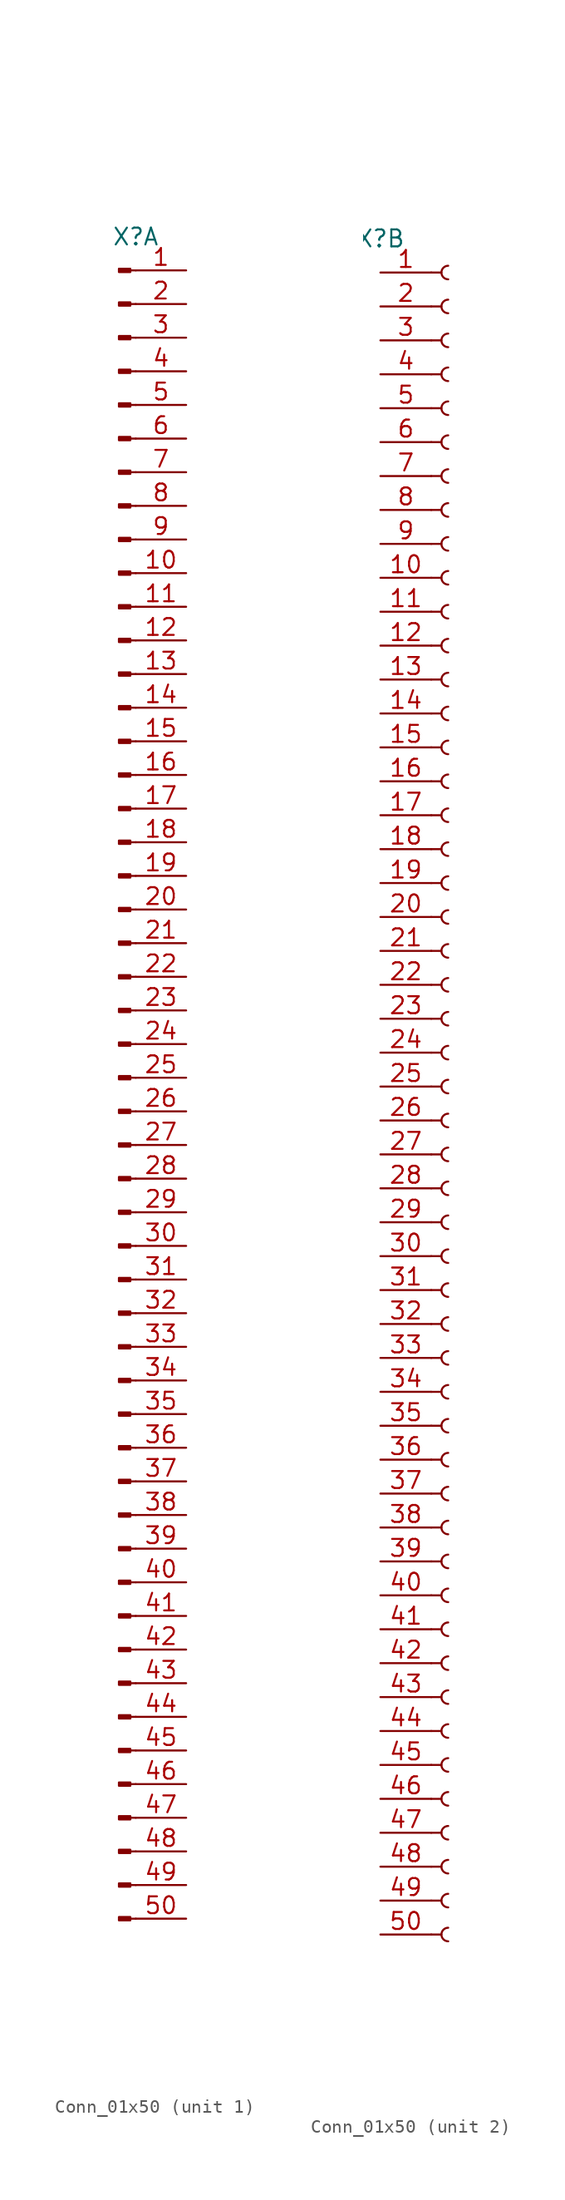
<source format=kicad_sym>
(kicad_symbol_lib
  (version 20241209)
  (generator "kicad_symbol_editor")
  (generator_version "9.0")
  (symbol "Conn_01x50"
    (pin_names
      (offset 1.016)
      (hide yes))
    (property "Reference" "X"
      (at 0 63.5 0)
      (effects (font (size 1.27 1.27))))
    (property "ki_locked" ""
      (at 0 0 0)
      (effects (font (size 1.27 1.27))))
    (symbol "Conn_01x50_1_1"
      (rectangle (start -0.406 61.087) (end -1.27 60.833) (stroke (width 0.152) (type default)) (fill (type outline)))
      (rectangle (start -0.406 58.547) (end -1.27 58.293) (stroke (width 0.152) (type default)) (fill (type outline)))
      (rectangle (start -0.406 56.007) (end -1.27 55.753) (stroke (width 0.152) (type default)) (fill (type outline)))
      (rectangle (start -0.406 53.467) (end -1.27 53.213) (stroke (width 0.152) (type default)) (fill (type outline)))
      (rectangle (start -0.406 50.927) (end -1.27 50.673) (stroke (width 0.152) (type default)) (fill (type outline)))
      (rectangle (start -0.406 48.387) (end -1.27 48.133) (stroke (width 0.152) (type default)) (fill (type outline)))
      (rectangle (start -0.406 45.847) (end -1.27 45.593) (stroke (width 0.152) (type default)) (fill (type outline)))
      (rectangle (start -0.406 43.307) (end -1.27 43.053) (stroke (width 0.152) (type default)) (fill (type outline)))
      (rectangle (start -0.406 40.767) (end -1.27 40.513) (stroke (width 0.152) (type default)) (fill (type outline)))
      (rectangle (start -0.406 38.227) (end -1.27 37.973) (stroke (width 0.152) (type default)) (fill (type outline)))
      (rectangle (start -0.406 35.687) (end -1.27 35.433) (stroke (width 0.152) (type default)) (fill (type outline)))
      (rectangle (start -0.406 33.147) (end -1.27 32.893) (stroke (width 0.152) (type default)) (fill (type outline)))
      (rectangle (start -0.406 30.607) (end -1.27 30.353) (stroke (width 0.152) (type default)) (fill (type outline)))
      (rectangle (start -0.406 28.067) (end -1.27 27.813) (stroke (width 0.152) (type default)) (fill (type outline)))
      (rectangle (start -0.406 25.527) (end -1.27 25.273) (stroke (width 0.152) (type default)) (fill (type outline)))
      (rectangle (start -0.406 22.987) (end -1.27 22.733) (stroke (width 0.152) (type default)) (fill (type outline)))
      (rectangle (start -0.406 20.447) (end -1.27 20.193) (stroke (width 0.152) (type default)) (fill (type outline)))
      (rectangle (start -0.406 17.907) (end -1.27 17.653) (stroke (width 0.152) (type default)) (fill (type outline)))
      (rectangle (start -0.406 15.367) (end -1.27 15.113) (stroke (width 0.152) (type default)) (fill (type outline)))
      (rectangle (start -0.406 12.827) (end -1.27 12.573) (stroke (width 0.152) (type default)) (fill (type outline)))
      (rectangle (start -0.406 10.287) (end -1.27 10.033) (stroke (width 0.152) (type default)) (fill (type outline)))
      (rectangle (start -0.406 7.747) (end -1.27 7.493) (stroke (width 0.152) (type default)) (fill (type outline)))
      (rectangle (start -0.406 5.207) (end -1.27 4.953) (stroke (width 0.152) (type default)) (fill (type outline)))
      (rectangle (start -0.406 2.667) (end -1.27 2.413) (stroke (width 0.152) (type default)) (fill (type outline)))
      (rectangle (start -0.406 0.127) (end -1.27 -0.127) (stroke (width 0.152) (type default)) (fill (type outline)))
      (rectangle (start -0.406 -2.413) (end -1.27 -2.667) (stroke (width 0.152) (type default)) (fill (type outline)))
      (rectangle (start -0.406 -4.953) (end -1.27 -5.207) (stroke (width 0.152) (type default)) (fill (type outline)))
      (rectangle (start -0.406 -7.493) (end -1.27 -7.747) (stroke (width 0.152) (type default)) (fill (type outline)))
      (rectangle (start -0.406 -10.033) (end -1.27 -10.287) (stroke (width 0.152) (type default)) (fill (type outline)))
      (rectangle (start -0.406 -12.573) (end -1.27 -12.827) (stroke (width 0.152) (type default)) (fill (type outline)))
      (rectangle (start -0.406 -15.113) (end -1.27 -15.367) (stroke (width 0.152) (type default)) (fill (type outline)))
      (rectangle (start -0.406 -17.653) (end -1.27 -17.907) (stroke (width 0.152) (type default)) (fill (type outline)))
      (rectangle (start -0.406 -20.193) (end -1.27 -20.447) (stroke (width 0.152) (type default)) (fill (type outline)))
      (rectangle (start -0.406 -22.733) (end -1.27 -22.987) (stroke (width 0.152) (type default)) (fill (type outline)))
      (rectangle (start -0.406 -25.273) (end -1.27 -25.527) (stroke (width 0.152) (type default)) (fill (type outline)))
      (rectangle (start -0.406 -27.813) (end -1.27 -28.067) (stroke (width 0.152) (type default)) (fill (type outline)))
      (rectangle (start -0.406 -30.353) (end -1.27 -30.607) (stroke (width 0.152) (type default)) (fill (type outline)))
      (rectangle (start -0.406 -32.893) (end -1.27 -33.147) (stroke (width 0.152) (type default)) (fill (type outline)))
      (rectangle (start -0.406 -35.433) (end -1.27 -35.687) (stroke (width 0.152) (type default)) (fill (type outline)))
      (rectangle (start -0.406 -37.973) (end -1.27 -38.227) (stroke (width 0.152) (type default)) (fill (type outline)))
      (rectangle (start -0.406 -40.513) (end -1.27 -40.767) (stroke (width 0.152) (type default)) (fill (type outline)))
      (rectangle (start -0.406 -43.053) (end -1.27 -43.307) (stroke (width 0.152) (type default)) (fill (type outline)))
      (rectangle (start -0.406 -45.593) (end -1.27 -45.847) (stroke (width 0.152) (type default)) (fill (type outline)))
      (rectangle (start -0.406 -48.133) (end -1.27 -48.387) (stroke (width 0.152) (type default)) (fill (type outline)))
      (rectangle (start -0.406 -50.673) (end -1.27 -50.927) (stroke (width 0.152) (type default)) (fill (type outline)))
      (rectangle (start -0.406 -53.213) (end -1.27 -53.467) (stroke (width 0.152) (type default)) (fill (type outline)))
      (rectangle (start -0.406 -55.753) (end -1.27 -56.007) (stroke (width 0.152) (type default)) (fill (type outline)))
      (rectangle (start -0.406 -58.293) (end -1.27 -58.547) (stroke (width 0.152) (type default)) (fill (type outline)))
      (rectangle (start -0.406 -60.833) (end -1.27 -61.087) (stroke (width 0.152) (type default)) (fill (type outline)))
      (rectangle (start -0.406 -63.373) (end -1.27 -63.627) (stroke (width 0.152) (type default)) (fill (type outline)))
      (polyline (pts (xy 0 60.96) (xy -0.406 60.96)) (stroke (width 0.152) (type default)) (fill (type none)))
      (polyline (pts (xy 0 58.42) (xy -0.406 58.42)) (stroke (width 0.152) (type default)) (fill (type none)))
      (polyline (pts (xy 0 55.88) (xy -0.406 55.88)) (stroke (width 0.152) (type default)) (fill (type none)))
      (polyline (pts (xy 0 53.34) (xy -0.406 53.34)) (stroke (width 0.152) (type default)) (fill (type none)))
      (polyline (pts (xy 0 50.8) (xy -0.406 50.8)) (stroke (width 0.152) (type default)) (fill (type none)))
      (polyline (pts (xy 0 48.26) (xy -0.406 48.26)) (stroke (width 0.152) (type default)) (fill (type none)))
      (polyline (pts (xy 0 45.72) (xy -0.406 45.72)) (stroke (width 0.152) (type default)) (fill (type none)))
      (polyline (pts (xy 0 43.18) (xy -0.406 43.18)) (stroke (width 0.152) (type default)) (fill (type none)))
      (polyline (pts (xy 0 40.64) (xy -0.406 40.64)) (stroke (width 0.152) (type default)) (fill (type none)))
      (polyline (pts (xy 0 38.1) (xy -0.406 38.1)) (stroke (width 0.152) (type default)) (fill (type none)))
      (polyline (pts (xy 0 35.56) (xy -0.406 35.56)) (stroke (width 0.152) (type default)) (fill (type none)))
      (polyline (pts (xy 0 33.02) (xy -0.406 33.02)) (stroke (width 0.152) (type default)) (fill (type none)))
      (polyline (pts (xy 0 30.48) (xy -0.406 30.48)) (stroke (width 0.152) (type default)) (fill (type none)))
      (polyline (pts (xy 0 27.94) (xy -0.406 27.94)) (stroke (width 0.152) (type default)) (fill (type none)))
      (polyline (pts (xy 0 25.4) (xy -0.406 25.4)) (stroke (width 0.152) (type default)) (fill (type none)))
      (polyline (pts (xy 0 22.86) (xy -0.406 22.86)) (stroke (width 0.152) (type default)) (fill (type none)))
      (polyline (pts (xy 0 20.32) (xy -0.406 20.32)) (stroke (width 0.152) (type default)) (fill (type none)))
      (polyline (pts (xy 0 17.78) (xy -0.406 17.78)) (stroke (width 0.152) (type default)) (fill (type none)))
      (polyline (pts (xy 0 15.24) (xy -0.406 15.24)) (stroke (width 0.152) (type default)) (fill (type none)))
      (polyline (pts (xy 0 12.7) (xy -0.406 12.7)) (stroke (width 0.152) (type default)) (fill (type none)))
      (polyline (pts (xy 0 10.16) (xy -0.406 10.16)) (stroke (width 0.152) (type default)) (fill (type none)))
      (polyline (pts (xy 0 7.62) (xy -0.406 7.62)) (stroke (width 0.152) (type default)) (fill (type none)))
      (polyline (pts (xy 0 5.08) (xy -0.406 5.08)) (stroke (width 0.152) (type default)) (fill (type none)))
      (polyline (pts (xy 0 2.54) (xy -0.406 2.54)) (stroke (width 0.152) (type default)) (fill (type none)))
      (polyline (pts (xy 0 0) (xy -0.406 0)) (stroke (width 0.152) (type default)) (fill (type none)))
      (polyline (pts (xy 0 -2.54) (xy -0.406 -2.54)) (stroke (width 0.152) (type default)) (fill (type none)))
      (polyline (pts (xy 0 -5.08) (xy -0.406 -5.08)) (stroke (width 0.152) (type default)) (fill (type none)))
      (polyline (pts (xy 0 -7.62) (xy -0.406 -7.62)) (stroke (width 0.152) (type default)) (fill (type none)))
      (polyline (pts (xy 0 -10.16) (xy -0.406 -10.16)) (stroke (width 0.152) (type default)) (fill (type none)))
      (polyline (pts (xy 0 -12.7) (xy -0.406 -12.7)) (stroke (width 0.152) (type default)) (fill (type none)))
      (polyline (pts (xy 0 -15.24) (xy -0.406 -15.24)) (stroke (width 0.152) (type default)) (fill (type none)))
      (polyline (pts (xy 0 -17.78) (xy -0.406 -17.78)) (stroke (width 0.152) (type default)) (fill (type none)))
      (polyline (pts (xy 0 -20.32) (xy -0.406 -20.32)) (stroke (width 0.152) (type default)) (fill (type none)))
      (polyline (pts (xy 0 -22.86) (xy -0.406 -22.86)) (stroke (width 0.152) (type default)) (fill (type none)))
      (polyline (pts (xy 0 -25.4) (xy -0.406 -25.4)) (stroke (width 0.152) (type default)) (fill (type none)))
      (polyline (pts (xy 0 -27.94) (xy -0.406 -27.94)) (stroke (width 0.152) (type default)) (fill (type none)))
      (polyline (pts (xy 0 -30.48) (xy -0.406 -30.48)) (stroke (width 0.152) (type default)) (fill (type none)))
      (polyline (pts (xy 0 -33.02) (xy -0.406 -33.02)) (stroke (width 0.152) (type default)) (fill (type none)))
      (polyline (pts (xy 0 -35.56) (xy -0.406 -35.56)) (stroke (width 0.152) (type default)) (fill (type none)))
      (polyline (pts (xy 0 -38.1) (xy -0.406 -38.1)) (stroke (width 0.152) (type default)) (fill (type none)))
      (polyline (pts (xy 0 -40.64) (xy -0.406 -40.64)) (stroke (width 0.152) (type default)) (fill (type none)))
      (polyline (pts (xy 0 -43.18) (xy -0.406 -43.18)) (stroke (width 0.152) (type default)) (fill (type none)))
      (polyline (pts (xy 0 -45.72) (xy -0.406 -45.72)) (stroke (width 0.152) (type default)) (fill (type none)))
      (polyline (pts (xy 0 -48.26) (xy -0.406 -48.26)) (stroke (width 0.152) (type default)) (fill (type none)))
      (polyline (pts (xy 0 -50.8) (xy -0.406 -50.8)) (stroke (width 0.152) (type default)) (fill (type none)))
      (polyline (pts (xy 0 -53.34) (xy -0.406 -53.34)) (stroke (width 0.152) (type default)) (fill (type none)))
      (polyline (pts (xy 0 -55.88) (xy -0.406 -55.88)) (stroke (width 0.152) (type default)) (fill (type none)))
      (polyline (pts (xy 0 -58.42) (xy -0.406 -58.42)) (stroke (width 0.152) (type default)) (fill (type none)))
      (polyline (pts (xy 0 -60.96) (xy -0.406 -60.96)) (stroke (width 0.152) (type default)) (fill (type none)))
      (polyline (pts (xy 0 -63.5) (xy -0.406 -63.5)) (stroke (width 0.152) (type default)) (fill (type none)))
      (pin passive line (at 3.81 60.96 180) (length 3.81) (name "Pin_1" (effects (font (size 1.27 1.27)))) (number "1" (effects (font (size 1.27 1.27)))))
      (pin passive line (at 3.81 58.42 180) (length 3.81) (name "Pin_2" (effects (font (size 1.27 1.27)))) (number "2" (effects (font (size 1.27 1.27)))))
      (pin passive line (at 3.81 55.88 180) (length 3.81) (name "Pin_3" (effects (font (size 1.27 1.27)))) (number "3" (effects (font (size 1.27 1.27)))))
      (pin passive line (at 3.81 53.34 180) (length 3.81) (name "Pin_4" (effects (font (size 1.27 1.27)))) (number "4" (effects (font (size 1.27 1.27)))))
      (pin passive line (at 3.81 50.8 180) (length 3.81) (name "Pin_5" (effects (font (size 1.27 1.27)))) (number "5" (effects (font (size 1.27 1.27)))))
      (pin passive line (at 3.81 48.26 180) (length 3.81) (name "Pin_6" (effects (font (size 1.27 1.27)))) (number "6" (effects (font (size 1.27 1.27)))))
      (pin passive line (at 3.81 45.72 180) (length 3.81) (name "Pin_7" (effects (font (size 1.27 1.27)))) (number "7" (effects (font (size 1.27 1.27)))))
      (pin passive line (at 3.81 43.18 180) (length 3.81) (name "Pin_8" (effects (font (size 1.27 1.27)))) (number "8" (effects (font (size 1.27 1.27)))))
      (pin passive line (at 3.81 40.64 180) (length 3.81) (name "Pin_9" (effects (font (size 1.27 1.27)))) (number "9" (effects (font (size 1.27 1.27)))))
      (pin passive line (at 3.81 38.1 180) (length 3.81) (name "Pin_10" (effects (font (size 1.27 1.27)))) (number "10" (effects (font (size 1.27 1.27)))))
      (pin passive line (at 3.81 35.56 180) (length 3.81) (name "Pin_11" (effects (font (size 1.27 1.27)))) (number "11" (effects (font (size 1.27 1.27)))))
      (pin passive line (at 3.81 33.02 180) (length 3.81) (name "Pin_12" (effects (font (size 1.27 1.27)))) (number "12" (effects (font (size 1.27 1.27)))))
      (pin passive line (at 3.81 30.48 180) (length 3.81) (name "Pin_13" (effects (font (size 1.27 1.27)))) (number "13" (effects (font (size 1.27 1.27)))))
      (pin passive line (at 3.81 27.94 180) (length 3.81) (name "Pin_14" (effects (font (size 1.27 1.27)))) (number "14" (effects (font (size 1.27 1.27)))))
      (pin passive line (at 3.81 25.4 180) (length 3.81) (name "Pin_15" (effects (font (size 1.27 1.27)))) (number "15" (effects (font (size 1.27 1.27)))))
      (pin passive line (at 3.81 22.86 180) (length 3.81) (name "Pin_16" (effects (font (size 1.27 1.27)))) (number "16" (effects (font (size 1.27 1.27)))))
      (pin passive line (at 3.81 20.32 180) (length 3.81) (name "Pin_17" (effects (font (size 1.27 1.27)))) (number "17" (effects (font (size 1.27 1.27)))))
      (pin passive line (at 3.81 17.78 180) (length 3.81) (name "Pin_18" (effects (font (size 1.27 1.27)))) (number "18" (effects (font (size 1.27 1.27)))))
      (pin passive line (at 3.81 15.24 180) (length 3.81) (name "Pin_19" (effects (font (size 1.27 1.27)))) (number "19" (effects (font (size 1.27 1.27)))))
      (pin passive line (at 3.81 12.7 180) (length 3.81) (name "Pin_20" (effects (font (size 1.27 1.27)))) (number "20" (effects (font (size 1.27 1.27)))))
      (pin passive line (at 3.81 10.16 180) (length 3.81) (name "Pin_21" (effects (font (size 1.27 1.27)))) (number "21" (effects (font (size 1.27 1.27)))))
      (pin passive line (at 3.81 7.62 180) (length 3.81) (name "Pin_22" (effects (font (size 1.27 1.27)))) (number "22" (effects (font (size 1.27 1.27)))))
      (pin passive line (at 3.81 5.08 180) (length 3.81) (name "Pin_23" (effects (font (size 1.27 1.27)))) (number "23" (effects (font (size 1.27 1.27)))))
      (pin passive line (at 3.81 2.54 180) (length 3.81) (name "Pin_24" (effects (font (size 1.27 1.27)))) (number "24" (effects (font (size 1.27 1.27)))))
      (pin passive line (at 3.81 0 180) (length 3.81) (name "Pin_25" (effects (font (size 1.27 1.27)))) (number "25" (effects (font (size 1.27 1.27)))))
      (pin passive line (at 3.81 -2.54 180) (length 3.81) (name "Pin_26" (effects (font (size 1.27 1.27)))) (number "26" (effects (font (size 1.27 1.27)))))
      (pin passive line (at 3.81 -5.08 180) (length 3.81) (name "Pin_27" (effects (font (size 1.27 1.27)))) (number "27" (effects (font (size 1.27 1.27)))))
      (pin passive line (at 3.81 -7.62 180) (length 3.81) (name "Pin_28" (effects (font (size 1.27 1.27)))) (number "28" (effects (font (size 1.27 1.27)))))
      (pin passive line (at 3.81 -10.16 180) (length 3.81) (name "Pin_29" (effects (font (size 1.27 1.27)))) (number "29" (effects (font (size 1.27 1.27)))))
      (pin passive line (at 3.81 -12.7 180) (length 3.81) (name "Pin_30" (effects (font (size 1.27 1.27)))) (number "30" (effects (font (size 1.27 1.27)))))
      (pin passive line (at 3.81 -15.24 180) (length 3.81) (name "Pin_31" (effects (font (size 1.27 1.27)))) (number "31" (effects (font (size 1.27 1.27)))))
      (pin passive line (at 3.81 -17.78 180) (length 3.81) (name "Pin_32" (effects (font (size 1.27 1.27)))) (number "32" (effects (font (size 1.27 1.27)))))
      (pin passive line (at 3.81 -20.32 180) (length 3.81) (name "Pin_33" (effects (font (size 1.27 1.27)))) (number "33" (effects (font (size 1.27 1.27)))))
      (pin passive line (at 3.81 -22.86 180) (length 3.81) (name "Pin_34" (effects (font (size 1.27 1.27)))) (number "34" (effects (font (size 1.27 1.27)))))
      (pin passive line (at 3.81 -25.4 180) (length 3.81) (name "Pin_35" (effects (font (size 1.27 1.27)))) (number "35" (effects (font (size 1.27 1.27)))))
      (pin passive line (at 3.81 -27.94 180) (length 3.81) (name "Pin_36" (effects (font (size 1.27 1.27)))) (number "36" (effects (font (size 1.27 1.27)))))
      (pin passive line (at 3.81 -30.48 180) (length 3.81) (name "Pin_37" (effects (font (size 1.27 1.27)))) (number "37" (effects (font (size 1.27 1.27)))))
      (pin passive line (at 3.81 -33.02 180) (length 3.81) (name "Pin_38" (effects (font (size 1.27 1.27)))) (number "38" (effects (font (size 1.27 1.27)))))
      (pin passive line (at 3.81 -35.56 180) (length 3.81) (name "Pin_39" (effects (font (size 1.27 1.27)))) (number "39" (effects (font (size 1.27 1.27)))))
      (pin passive line (at 3.81 -38.1 180) (length 3.81) (name "Pin_40" (effects (font (size 1.27 1.27)))) (number "40" (effects (font (size 1.27 1.27)))))
      (pin passive line (at 3.81 -40.64 180) (length 3.81) (name "Pin_41" (effects (font (size 1.27 1.27)))) (number "41" (effects (font (size 1.27 1.27)))))
      (pin passive line (at 3.81 -43.18 180) (length 3.81) (name "Pin_42" (effects (font (size 1.27 1.27)))) (number "42" (effects (font (size 1.27 1.27)))))
      (pin passive line (at 3.81 -45.72 180) (length 3.81) (name "Pin_43" (effects (font (size 1.27 1.27)))) (number "43" (effects (font (size 1.27 1.27)))))
      (pin passive line (at 3.81 -48.26 180) (length 3.81) (name "Pin_44" (effects (font (size 1.27 1.27)))) (number "44" (effects (font (size 1.27 1.27)))))
      (pin passive line (at 3.81 -50.8 180) (length 3.81) (name "Pin_45" (effects (font (size 1.27 1.27)))) (number "45" (effects (font (size 1.27 1.27)))))
      (pin passive line (at 3.81 -53.34 180) (length 3.81) (name "Pin_46" (effects (font (size 1.27 1.27)))) (number "46" (effects (font (size 1.27 1.27)))))
      (pin passive line (at 3.81 -55.88 180) (length 3.81) (name "Pin_47" (effects (font (size 1.27 1.27)))) (number "47" (effects (font (size 1.27 1.27)))))
      (pin passive line (at 3.81 -58.42 180) (length 3.81) (name "Pin_48" (effects (font (size 1.27 1.27)))) (number "48" (effects (font (size 1.27 1.27)))))
      (pin passive line (at 3.81 -60.96 180) (length 3.81) (name "Pin_49" (effects (font (size 1.27 1.27)))) (number "49" (effects (font (size 1.27 1.27)))))
      (pin passive line (at 3.81 -63.5 180) (length 3.81) (name "Pin_50" (effects (font (size 1.27 1.27)))) (number "50" (effects (font (size 1.27 1.27))))))
    (symbol "Conn_01x50_2_1"
      (polyline (pts (xy 3.81 60.96) (xy 4.572 60.96)) (stroke (width 0.152) (type default)) (fill (type none)))
      (polyline (pts (xy 3.81 58.42) (xy 4.572 58.42)) (stroke (width 0.152) (type default)) (fill (type none)))
      (polyline (pts (xy 3.81 55.88) (xy 4.572 55.88)) (stroke (width 0.152) (type default)) (fill (type none)))
      (polyline (pts (xy 3.81 53.34) (xy 4.572 53.34)) (stroke (width 0.152) (type default)) (fill (type none)))
      (polyline (pts (xy 3.81 50.8) (xy 4.572 50.8)) (stroke (width 0.152) (type default)) (fill (type none)))
      (polyline (pts (xy 3.81 48.26) (xy 4.572 48.26)) (stroke (width 0.152) (type default)) (fill (type none)))
      (polyline (pts (xy 3.81 45.72) (xy 4.572 45.72)) (stroke (width 0.152) (type default)) (fill (type none)))
      (polyline (pts (xy 3.81 43.18) (xy 4.572 43.18)) (stroke (width 0.152) (type default)) (fill (type none)))
      (polyline (pts (xy 3.81 40.64) (xy 4.572 40.64)) (stroke (width 0.152) (type default)) (fill (type none)))
      (polyline (pts (xy 3.81 38.1) (xy 4.572 38.1)) (stroke (width 0.152) (type default)) (fill (type none)))
      (polyline (pts (xy 3.81 35.56) (xy 4.572 35.56)) (stroke (width 0.152) (type default)) (fill (type none)))
      (polyline (pts (xy 3.81 33.02) (xy 4.572 33.02)) (stroke (width 0.152) (type default)) (fill (type none)))
      (polyline (pts (xy 3.81 30.48) (xy 4.572 30.48)) (stroke (width 0.152) (type default)) (fill (type none)))
      (polyline (pts (xy 3.81 27.94) (xy 4.572 27.94)) (stroke (width 0.152) (type default)) (fill (type none)))
      (polyline (pts (xy 3.81 25.4) (xy 4.572 25.4)) (stroke (width 0.152) (type default)) (fill (type none)))
      (polyline (pts (xy 3.81 22.86) (xy 4.572 22.86)) (stroke (width 0.152) (type default)) (fill (type none)))
      (polyline (pts (xy 3.81 20.32) (xy 4.572 20.32)) (stroke (width 0.152) (type default)) (fill (type none)))
      (polyline (pts (xy 3.81 17.78) (xy 4.572 17.78)) (stroke (width 0.152) (type default)) (fill (type none)))
      (polyline (pts (xy 3.81 15.24) (xy 4.572 15.24)) (stroke (width 0.152) (type default)) (fill (type none)))
      (polyline (pts (xy 3.81 12.7) (xy 4.572 12.7)) (stroke (width 0.152) (type default)) (fill (type none)))
      (polyline (pts (xy 3.81 10.16) (xy 4.572 10.16)) (stroke (width 0.152) (type default)) (fill (type none)))
      (polyline (pts (xy 3.81 7.62) (xy 4.572 7.62)) (stroke (width 0.152) (type default)) (fill (type none)))
      (polyline (pts (xy 3.81 5.08) (xy 4.572 5.08)) (stroke (width 0.152) (type default)) (fill (type none)))
      (polyline (pts (xy 3.81 2.54) (xy 4.572 2.54)) (stroke (width 0.152) (type default)) (fill (type none)))
      (polyline (pts (xy 3.81 0) (xy 4.572 0)) (stroke (width 0.152) (type default)) (fill (type none)))
      (polyline (pts (xy 3.81 -2.54) (xy 4.572 -2.54)) (stroke (width 0.152) (type default)) (fill (type none)))
      (polyline (pts (xy 3.81 -5.08) (xy 4.572 -5.08)) (stroke (width 0.152) (type default)) (fill (type none)))
      (polyline (pts (xy 3.81 -7.62) (xy 4.572 -7.62)) (stroke (width 0.152) (type default)) (fill (type none)))
      (polyline (pts (xy 3.81 -10.16) (xy 4.572 -10.16)) (stroke (width 0.152) (type default)) (fill (type none)))
      (polyline (pts (xy 3.81 -12.7) (xy 4.572 -12.7)) (stroke (width 0.152) (type default)) (fill (type none)))
      (polyline (pts (xy 3.81 -15.24) (xy 4.572 -15.24)) (stroke (width 0.152) (type default)) (fill (type none)))
      (polyline (pts (xy 3.81 -17.78) (xy 4.572 -17.78)) (stroke (width 0.152) (type default)) (fill (type none)))
      (polyline (pts (xy 3.81 -20.32) (xy 4.572 -20.32)) (stroke (width 0.152) (type default)) (fill (type none)))
      (polyline (pts (xy 3.81 -22.86) (xy 4.572 -22.86)) (stroke (width 0.152) (type default)) (fill (type none)))
      (polyline (pts (xy 3.81 -25.4) (xy 4.572 -25.4)) (stroke (width 0.152) (type default)) (fill (type none)))
      (polyline (pts (xy 3.81 -27.94) (xy 4.572 -27.94)) (stroke (width 0.152) (type default)) (fill (type none)))
      (polyline (pts (xy 3.81 -30.48) (xy 4.572 -30.48)) (stroke (width 0.152) (type default)) (fill (type none)))
      (polyline (pts (xy 3.81 -33.02) (xy 4.572 -33.02)) (stroke (width 0.152) (type default)) (fill (type none)))
      (polyline (pts (xy 3.81 -35.56) (xy 4.572 -35.56)) (stroke (width 0.152) (type default)) (fill (type none)))
      (polyline (pts (xy 3.81 -38.1) (xy 4.572 -38.1)) (stroke (width 0.152) (type default)) (fill (type none)))
      (polyline (pts (xy 3.81 -40.64) (xy 4.572 -40.64)) (stroke (width 0.152) (type default)) (fill (type none)))
      (polyline (pts (xy 3.81 -43.18) (xy 4.572 -43.18)) (stroke (width 0.152) (type default)) (fill (type none)))
      (polyline (pts (xy 3.81 -45.72) (xy 4.572 -45.72)) (stroke (width 0.152) (type default)) (fill (type none)))
      (polyline (pts (xy 3.81 -48.26) (xy 4.572 -48.26)) (stroke (width 0.152) (type default)) (fill (type none)))
      (polyline (pts (xy 3.81 -50.8) (xy 4.572 -50.8)) (stroke (width 0.152) (type default)) (fill (type none)))
      (polyline (pts (xy 3.81 -53.34) (xy 4.572 -53.34)) (stroke (width 0.152) (type default)) (fill (type none)))
      (polyline (pts (xy 3.81 -55.88) (xy 4.572 -55.88)) (stroke (width 0.152) (type default)) (fill (type none)))
      (polyline (pts (xy 3.81 -58.42) (xy 4.572 -58.42)) (stroke (width 0.152) (type default)) (fill (type none)))
      (polyline (pts (xy 3.81 -60.96) (xy 4.572 -60.96)) (stroke (width 0.152) (type default)) (fill (type none)))
      (polyline (pts (xy 3.81 -63.5) (xy 4.572 -63.5)) (stroke (width 0.152) (type default)) (fill (type none)))
      (arc (start 5.08 60.452) (mid 4.5742 60.96) (end 5.08 61.468) (stroke (width 0.1524) (type default)) (fill (type none)))
      (arc (start 5.08 57.912) (mid 4.5742 58.42) (end 5.08 58.928) (stroke (width 0.1524) (type default)) (fill (type none)))
      (arc (start 5.08 55.372) (mid 4.5742 55.88) (end 5.08 56.388) (stroke (width 0.1524) (type default)) (fill (type none)))
      (arc (start 5.08 52.832) (mid 4.5742 53.34) (end 5.08 53.848) (stroke (width 0.1524) (type default)) (fill (type none)))
      (arc (start 5.08 50.292) (mid 4.5742 50.8) (end 5.08 51.308) (stroke (width 0.1524) (type default)) (fill (type none)))
      (arc (start 5.08 47.752) (mid 4.5742 48.26) (end 5.08 48.768) (stroke (width 0.1524) (type default)) (fill (type none)))
      (arc (start 5.08 45.212) (mid 4.5742 45.72) (end 5.08 46.228) (stroke (width 0.1524) (type default)) (fill (type none)))
      (arc (start 5.08 42.672) (mid 4.5742 43.18) (end 5.08 43.688) (stroke (width 0.1524) (type default)) (fill (type none)))
      (arc (start 5.08 40.132) (mid 4.5742 40.64) (end 5.08 41.148) (stroke (width 0.1524) (type default)) (fill (type none)))
      (arc (start 5.08 37.592) (mid 4.5742 38.1) (end 5.08 38.608) (stroke (width 0.1524) (type default)) (fill (type none)))
      (arc (start 5.08 35.052) (mid 4.5742 35.56) (end 5.08 36.068) (stroke (width 0.1524) (type default)) (fill (type none)))
      (arc (start 5.08 32.512) (mid 4.5742 33.02) (end 5.08 33.528) (stroke (width 0.1524) (type default)) (fill (type none)))
      (arc (start 5.08 29.972) (mid 4.5742 30.48) (end 5.08 30.988) (stroke (width 0.1524) (type default)) (fill (type none)))
      (arc (start 5.08 27.432) (mid 4.5742 27.94) (end 5.08 28.448) (stroke (width 0.1524) (type default)) (fill (type none)))
      (arc (start 5.08 24.892) (mid 4.5742 25.4) (end 5.08 25.908) (stroke (width 0.1524) (type default)) (fill (type none)))
      (arc (start 5.08 22.352) (mid 4.5742 22.86) (end 5.08 23.368) (stroke (width 0.1524) (type default)) (fill (type none)))
      (arc (start 5.08 19.812) (mid 4.5742 20.32) (end 5.08 20.828) (stroke (width 0.1524) (type default)) (fill (type none)))
      (arc (start 5.08 17.272) (mid 4.5742 17.78) (end 5.08 18.288) (stroke (width 0.1524) (type default)) (fill (type none)))
      (arc (start 5.08 14.732) (mid 4.5742 15.24) (end 5.08 15.748) (stroke (width 0.1524) (type default)) (fill (type none)))
      (arc (start 5.08 12.192) (mid 4.5742 12.7) (end 5.08 13.208) (stroke (width 0.1524) (type default)) (fill (type none)))
      (arc (start 5.08 9.652) (mid 4.5742 10.16) (end 5.08 10.668) (stroke (width 0.1524) (type default)) (fill (type none)))
      (arc (start 5.08 7.112) (mid 4.5742 7.62) (end 5.08 8.128) (stroke (width 0.1524) (type default)) (fill (type none)))
      (arc (start 5.08 4.572) (mid 4.5742 5.08) (end 5.08 5.588) (stroke (width 0.1524) (type default)) (fill (type none)))
      (arc (start 5.08 2.032) (mid 4.5742 2.54) (end 5.08 3.048) (stroke (width 0.1524) (type default)) (fill (type none)))
      (arc (start 5.08 -0.508) (mid 4.5742 0) (end 5.08 0.508) (stroke (width 0.1524) (type default)) (fill (type none)))
      (arc (start 5.08 -3.048) (mid 4.5742 -2.54) (end 5.08 -2.032) (stroke (width 0.1524) (type default)) (fill (type none)))
      (arc (start 5.08 -5.588) (mid 4.5742 -5.08) (end 5.08 -4.572) (stroke (width 0.1524) (type default)) (fill (type none)))
      (arc (start 5.08 -8.128) (mid 4.5742 -7.62) (end 5.08 -7.112) (stroke (width 0.1524) (type default)) (fill (type none)))
      (arc (start 5.08 -10.668) (mid 4.5742 -10.16) (end 5.08 -9.652) (stroke (width 0.1524) (type default)) (fill (type none)))
      (arc (start 5.08 -13.208) (mid 4.5742 -12.7) (end 5.08 -12.192) (stroke (width 0.1524) (type default)) (fill (type none)))
      (arc (start 5.08 -15.748) (mid 4.5742 -15.24) (end 5.08 -14.732) (stroke (width 0.1524) (type default)) (fill (type none)))
      (arc (start 5.08 -18.288) (mid 4.5742 -17.78) (end 5.08 -17.272) (stroke (width 0.1524) (type default)) (fill (type none)))
      (arc (start 5.08 -20.828) (mid 4.5742 -20.32) (end 5.08 -19.812) (stroke (width 0.1524) (type default)) (fill (type none)))
      (arc (start 5.08 -23.368) (mid 4.5742 -22.86) (end 5.08 -22.352) (stroke (width 0.1524) (type default)) (fill (type none)))
      (arc (start 5.08 -25.908) (mid 4.5742 -25.4) (end 5.08 -24.892) (stroke (width 0.1524) (type default)) (fill (type none)))
      (arc (start 5.08 -28.448) (mid 4.5742 -27.94) (end 5.08 -27.432) (stroke (width 0.1524) (type default)) (fill (type none)))
      (arc (start 5.08 -30.988) (mid 4.5742 -30.48) (end 5.08 -29.972) (stroke (width 0.1524) (type default)) (fill (type none)))
      (arc (start 5.08 -33.528) (mid 4.5742 -33.02) (end 5.08 -32.512) (stroke (width 0.1524) (type default)) (fill (type none)))
      (arc (start 5.08 -36.068) (mid 4.5742 -35.56) (end 5.08 -35.052) (stroke (width 0.1524) (type default)) (fill (type none)))
      (arc (start 5.08 -38.608) (mid 4.5742 -38.1) (end 5.08 -37.592) (stroke (width 0.1524) (type default)) (fill (type none)))
      (arc (start 5.08 -41.148) (mid 4.5742 -40.64) (end 5.08 -40.132) (stroke (width 0.1524) (type default)) (fill (type none)))
      (arc (start 5.08 -43.688) (mid 4.5742 -43.18) (end 5.08 -42.672) (stroke (width 0.1524) (type default)) (fill (type none)))
      (arc (start 5.08 -46.228) (mid 4.5742 -45.72) (end 5.08 -45.212) (stroke (width 0.1524) (type default)) (fill (type none)))
      (arc (start 5.08 -48.768) (mid 4.5742 -48.26) (end 5.08 -47.752) (stroke (width 0.1524) (type default)) (fill (type none)))
      (arc (start 5.08 -51.308) (mid 4.5742 -50.8) (end 5.08 -50.292) (stroke (width 0.1524) (type default)) (fill (type none)))
      (arc (start 5.08 -53.848) (mid 4.5742 -53.34) (end 5.08 -52.832) (stroke (width 0.1524) (type default)) (fill (type none)))
      (arc (start 5.08 -56.388) (mid 4.5742 -55.88) (end 5.08 -55.372) (stroke (width 0.1524) (type default)) (fill (type none)))
      (arc (start 5.08 -58.928) (mid 4.5742 -58.42) (end 5.08 -57.912) (stroke (width 0.1524) (type default)) (fill (type none)))
      (arc (start 5.08 -61.468) (mid 4.5742 -60.96) (end 5.08 -60.452) (stroke (width 0.1524) (type default)) (fill (type none)))
      (arc (start 5.08 -64.008) (mid 4.5742 -63.5) (end 5.08 -62.992) (stroke (width 0.1524) (type default)) (fill (type none)))
      (pin passive line (at 0 60.96 0) (length 3.81) (name "Pin_1" (effects (font (size 1.27 1.27)))) (number "1" (effects (font (size 1.27 1.27)))))
      (pin passive line (at 0 58.42 0) (length 3.81) (name "Pin_2" (effects (font (size 1.27 1.27)))) (number "2" (effects (font (size 1.27 1.27)))))
      (pin passive line (at 0 55.88 0) (length 3.81) (name "Pin_3" (effects (font (size 1.27 1.27)))) (number "3" (effects (font (size 1.27 1.27)))))
      (pin passive line (at 0 53.34 0) (length 3.81) (name "Pin_4" (effects (font (size 1.27 1.27)))) (number "4" (effects (font (size 1.27 1.27)))))
      (pin passive line (at 0 50.8 0) (length 3.81) (name "Pin_5" (effects (font (size 1.27 1.27)))) (number "5" (effects (font (size 1.27 1.27)))))
      (pin passive line (at 0 48.26 0) (length 3.81) (name "Pin_6" (effects (font (size 1.27 1.27)))) (number "6" (effects (font (size 1.27 1.27)))))
      (pin passive line (at 0 45.72 0) (length 3.81) (name "Pin_7" (effects (font (size 1.27 1.27)))) (number "7" (effects (font (size 1.27 1.27)))))
      (pin passive line (at 0 43.18 0) (length 3.81) (name "Pin_8" (effects (font (size 1.27 1.27)))) (number "8" (effects (font (size 1.27 1.27)))))
      (pin passive line (at 0 40.64 0) (length 3.81) (name "Pin_9" (effects (font (size 1.27 1.27)))) (number "9" (effects (font (size 1.27 1.27)))))
      (pin passive line (at 0 38.1 0) (length 3.81) (name "Pin_10" (effects (font (size 1.27 1.27)))) (number "10" (effects (font (size 1.27 1.27)))))
      (pin passive line (at 0 35.56 0) (length 3.81) (name "Pin_11" (effects (font (size 1.27 1.27)))) (number "11" (effects (font (size 1.27 1.27)))))
      (pin passive line (at 0 33.02 0) (length 3.81) (name "Pin_12" (effects (font (size 1.27 1.27)))) (number "12" (effects (font (size 1.27 1.27)))))
      (pin passive line (at 0 30.48 0) (length 3.81) (name "Pin_13" (effects (font (size 1.27 1.27)))) (number "13" (effects (font (size 1.27 1.27)))))
      (pin passive line (at 0 27.94 0) (length 3.81) (name "Pin_14" (effects (font (size 1.27 1.27)))) (number "14" (effects (font (size 1.27 1.27)))))
      (pin passive line (at 0 25.4 0) (length 3.81) (name "Pin_15" (effects (font (size 1.27 1.27)))) (number "15" (effects (font (size 1.27 1.27)))))
      (pin passive line (at 0 22.86 0) (length 3.81) (name "Pin_16" (effects (font (size 1.27 1.27)))) (number "16" (effects (font (size 1.27 1.27)))))
      (pin passive line (at 0 20.32 0) (length 3.81) (name "Pin_17" (effects (font (size 1.27 1.27)))) (number "17" (effects (font (size 1.27 1.27)))))
      (pin passive line (at 0 17.78 0) (length 3.81) (name "Pin_18" (effects (font (size 1.27 1.27)))) (number "18" (effects (font (size 1.27 1.27)))))
      (pin passive line (at 0 15.24 0) (length 3.81) (name "Pin_19" (effects (font (size 1.27 1.27)))) (number "19" (effects (font (size 1.27 1.27)))))
      (pin passive line (at 0 12.7 0) (length 3.81) (name "Pin_20" (effects (font (size 1.27 1.27)))) (number "20" (effects (font (size 1.27 1.27)))))
      (pin passive line (at 0 10.16 0) (length 3.81) (name "Pin_21" (effects (font (size 1.27 1.27)))) (number "21" (effects (font (size 1.27 1.27)))))
      (pin passive line (at 0 7.62 0) (length 3.81) (name "Pin_22" (effects (font (size 1.27 1.27)))) (number "22" (effects (font (size 1.27 1.27)))))
      (pin passive line (at 0 5.08 0) (length 3.81) (name "Pin_23" (effects (font (size 1.27 1.27)))) (number "23" (effects (font (size 1.27 1.27)))))
      (pin passive line (at 0 2.54 0) (length 3.81) (name "Pin_24" (effects (font (size 1.27 1.27)))) (number "24" (effects (font (size 1.27 1.27)))))
      (pin passive line (at 0 0 0) (length 3.81) (name "Pin_25" (effects (font (size 1.27 1.27)))) (number "25" (effects (font (size 1.27 1.27)))))
      (pin passive line (at 0 -2.54 0) (length 3.81) (name "Pin_26" (effects (font (size 1.27 1.27)))) (number "26" (effects (font (size 1.27 1.27)))))
      (pin passive line (at 0 -5.08 0) (length 3.81) (name "Pin_27" (effects (font (size 1.27 1.27)))) (number "27" (effects (font (size 1.27 1.27)))))
      (pin passive line (at 0 -7.62 0) (length 3.81) (name "Pin_28" (effects (font (size 1.27 1.27)))) (number "28" (effects (font (size 1.27 1.27)))))
      (pin passive line (at 0 -10.16 0) (length 3.81) (name "Pin_29" (effects (font (size 1.27 1.27)))) (number "29" (effects (font (size 1.27 1.27)))))
      (pin passive line (at 0 -12.7 0) (length 3.81) (name "Pin_30" (effects (font (size 1.27 1.27)))) (number "30" (effects (font (size 1.27 1.27)))))
      (pin passive line (at 0 -15.24 0) (length 3.81) (name "Pin_31" (effects (font (size 1.27 1.27)))) (number "31" (effects (font (size 1.27 1.27)))))
      (pin passive line (at 0 -17.78 0) (length 3.81) (name "Pin_32" (effects (font (size 1.27 1.27)))) (number "32" (effects (font (size 1.27 1.27)))))
      (pin passive line (at 0 -20.32 0) (length 3.81) (name "Pin_33" (effects (font (size 1.27 1.27)))) (number "33" (effects (font (size 1.27 1.27)))))
      (pin passive line (at 0 -22.86 0) (length 3.81) (name "Pin_34" (effects (font (size 1.27 1.27)))) (number "34" (effects (font (size 1.27 1.27)))))
      (pin passive line (at 0 -25.4 0) (length 3.81) (name "Pin_35" (effects (font (size 1.27 1.27)))) (number "35" (effects (font (size 1.27 1.27)))))
      (pin passive line (at 0 -27.94 0) (length 3.81) (name "Pin_36" (effects (font (size 1.27 1.27)))) (number "36" (effects (font (size 1.27 1.27)))))
      (pin passive line (at 0 -30.48 0) (length 3.81) (name "Pin_37" (effects (font (size 1.27 1.27)))) (number "37" (effects (font (size 1.27 1.27)))))
      (pin passive line (at 0 -33.02 0) (length 3.81) (name "Pin_38" (effects (font (size 1.27 1.27)))) (number "38" (effects (font (size 1.27 1.27)))))
      (pin passive line (at 0 -35.56 0) (length 3.81) (name "Pin_39" (effects (font (size 1.27 1.27)))) (number "39" (effects (font (size 1.27 1.27)))))
      (pin passive line (at 0 -38.1 0) (length 3.81) (name "Pin_40" (effects (font (size 1.27 1.27)))) (number "40" (effects (font (size 1.27 1.27)))))
      (pin passive line (at 0 -40.64 0) (length 3.81) (name "Pin_41" (effects (font (size 1.27 1.27)))) (number "41" (effects (font (size 1.27 1.27)))))
      (pin passive line (at 0 -43.18 0) (length 3.81) (name "Pin_42" (effects (font (size 1.27 1.27)))) (number "42" (effects (font (size 1.27 1.27)))))
      (pin passive line (at 0 -45.72 0) (length 3.81) (name "Pin_43" (effects (font (size 1.27 1.27)))) (number "43" (effects (font (size 1.27 1.27)))))
      (pin passive line (at 0 -48.26 0) (length 3.81) (name "Pin_44" (effects (font (size 1.27 1.27)))) (number "44" (effects (font (size 1.27 1.27)))))
      (pin passive line (at 0 -50.8 0) (length 3.81) (name "Pin_45" (effects (font (size 1.27 1.27)))) (number "45" (effects (font (size 1.27 1.27)))))
      (pin passive line (at 0 -53.34 0) (length 3.81) (name "Pin_46" (effects (font (size 1.27 1.27)))) (number "46" (effects (font (size 1.27 1.27)))))
      (pin passive line (at 0 -55.88 0) (length 3.81) (name "Pin_47" (effects (font (size 1.27 1.27)))) (number "47" (effects (font (size 1.27 1.27)))))
      (pin passive line (at 0 -58.42 0) (length 3.81) (name "Pin_48" (effects (font (size 1.27 1.27)))) (number "48" (effects (font (size 1.27 1.27)))))
      (pin passive line (at 0 -60.96 0) (length 3.81) (name "Pin_49" (effects (font (size 1.27 1.27)))) (number "49" (effects (font (size 1.27 1.27)))))
      (pin passive line (at 0 -63.5 0) (length 3.81) (name "Pin_50" (effects (font (size 1.27 1.27)))) (number "50" (effects (font (size 1.27 1.27))))))))
</source>
